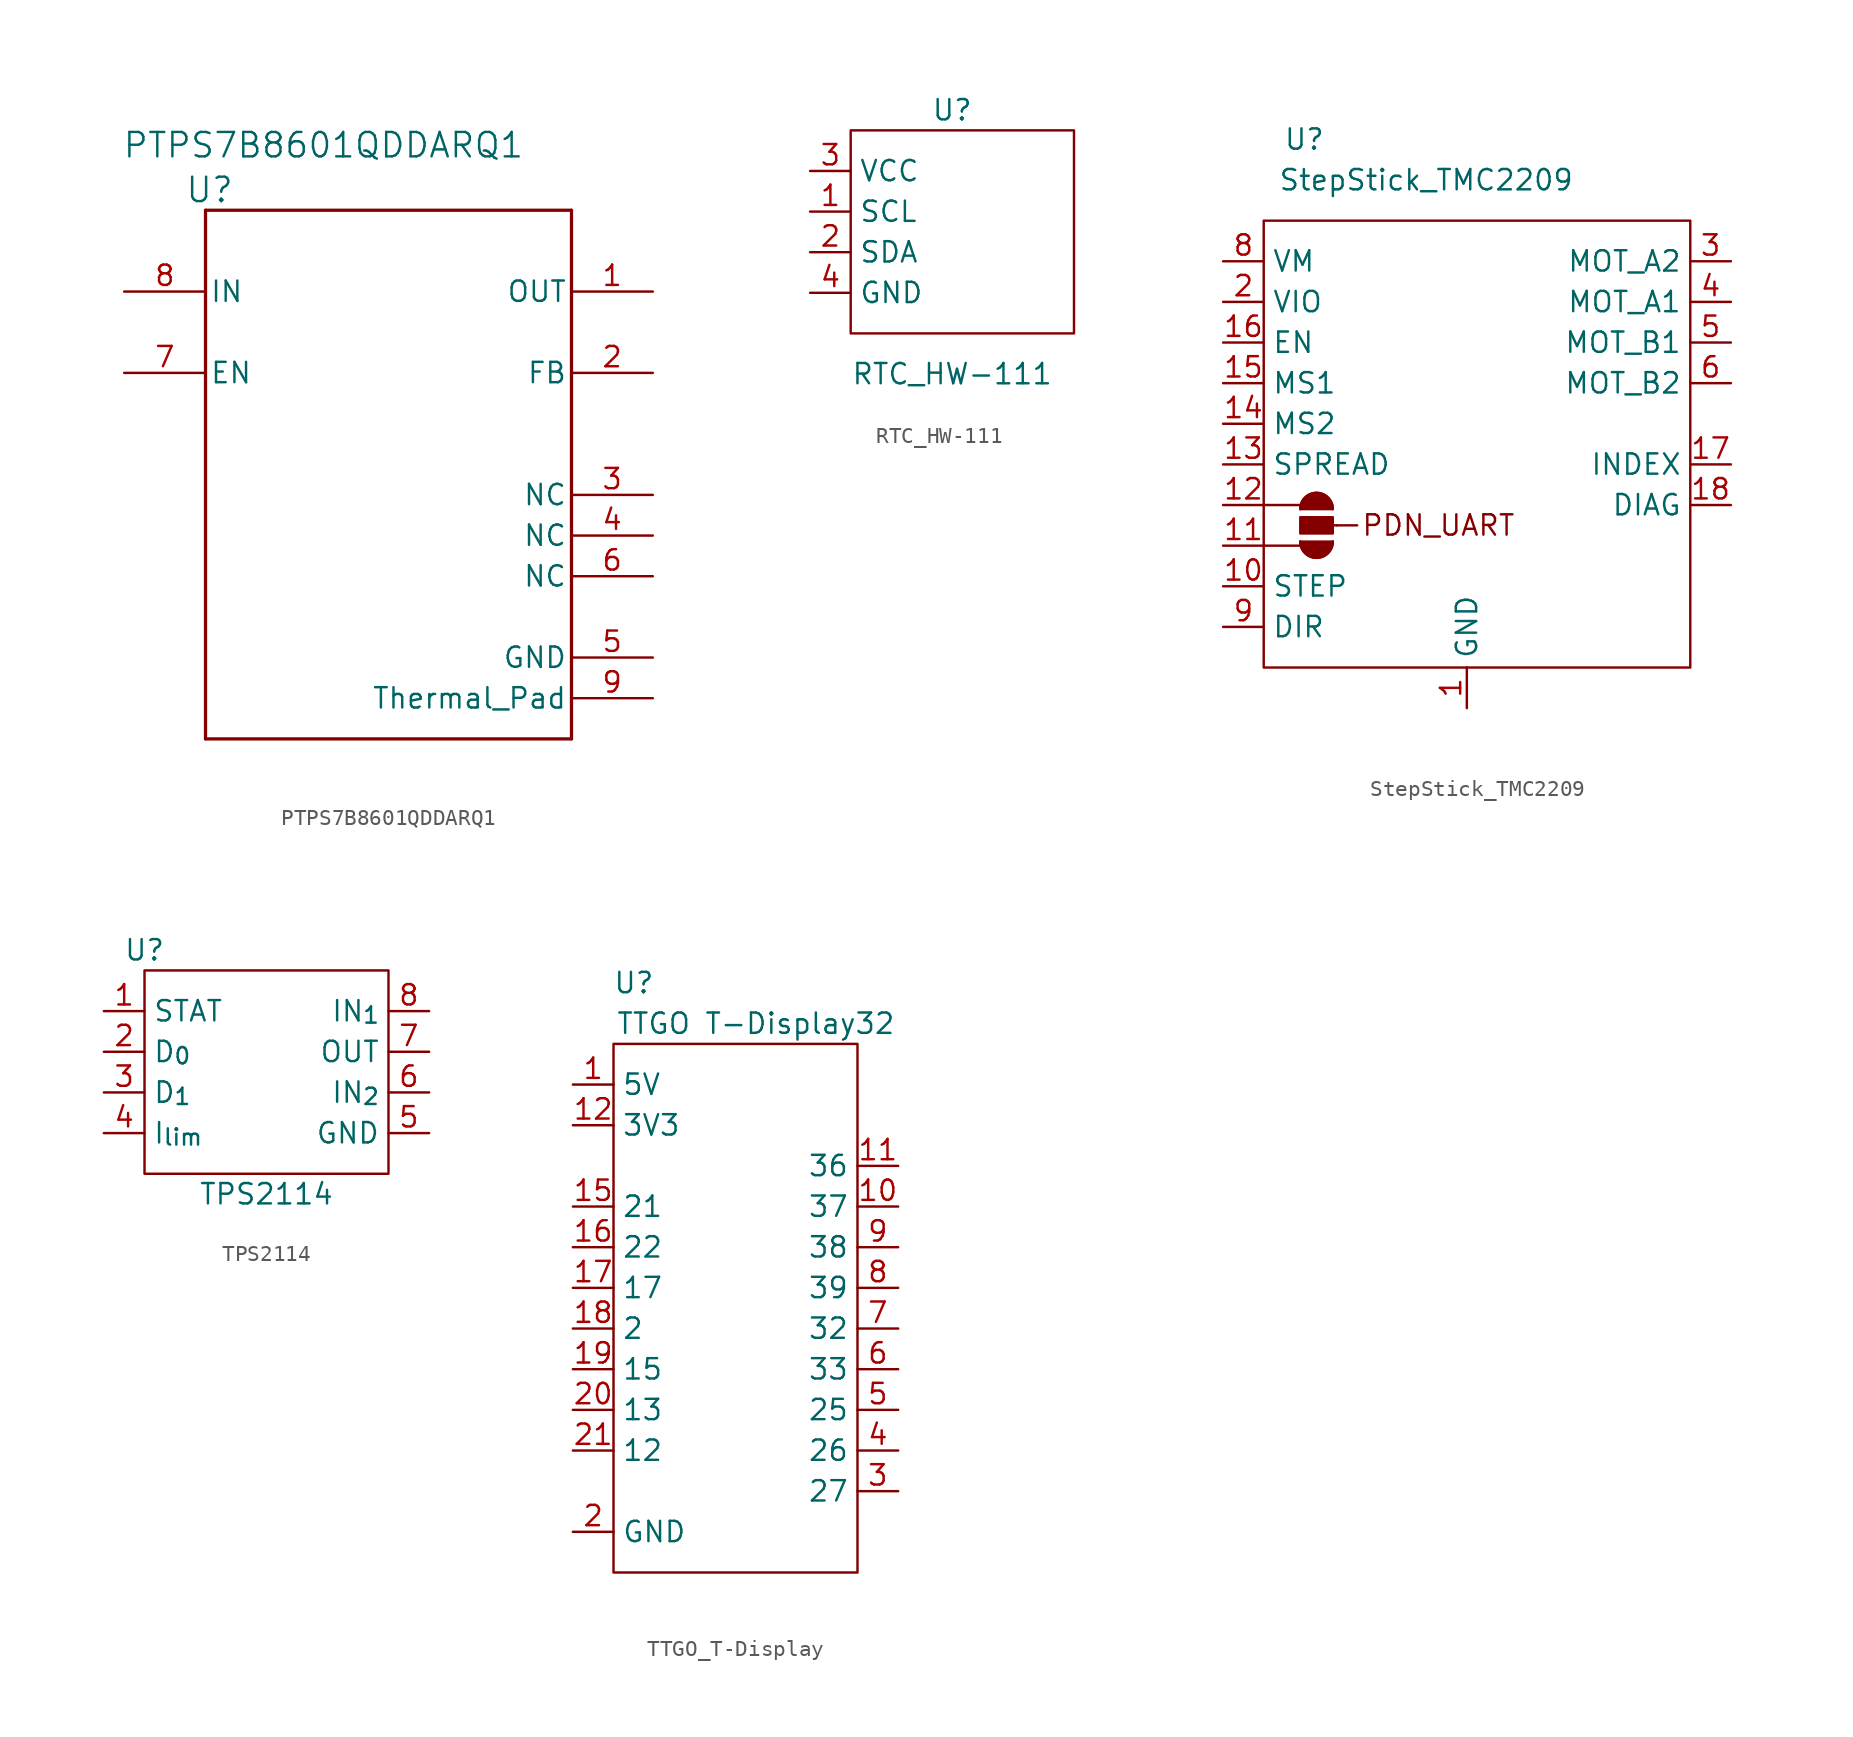
<source format=kicad_sym>
(kicad_symbol_lib
  (version 20220914)
  (generator kicad_symbol_editor)
  (symbol "PTPS7B8601QDDARQ1"
    (pin_names
      (offset 0.254))
    (property "Reference" "U"
      (at 5.334 6.35 0)
      (effects (font (size 1.524 1.524))))
    (property "Value" "PTPS7B8601QDDARQ1"
      (at 12.446 9.144 0)
      (effects (font (size 1.524 1.524))))
    (property "ki_locked" ""
      (at 0 0 0)
      (effects (font (size 1.27 1.27))))
    (symbol "PTPS7B8601QDDARQ1_0_1"
      (polyline (pts (xy 5.08 -27.94) (xy 27.94 -27.94)) (stroke (width 0.203) (type default)) (fill (type none)))
      (polyline (pts (xy 5.08 5.08) (xy 5.08 -27.94)) (stroke (width 0.203) (type default)) (fill (type none)))
      (polyline (pts (xy 27.94 -27.94) (xy 27.94 5.08)) (stroke (width 0.203) (type default)) (fill (type none)))
      (polyline (pts (xy 27.94 5.08) (xy 5.08 5.08)) (stroke (width 0.203) (type default)) (fill (type none)))
      (pin unspecified line (at 33.02 0 180) (length 5.08) (name "OUT" (effects (font (size 1.27 1.27)))) (number "1" (effects (font (size 1.27 1.27)))))
      (pin unspecified line (at 33.02 -5.08 180) (length 5.08) (name "FB" (effects (font (size 1.27 1.27)))) (number "2" (effects (font (size 1.27 1.27)))))
      (pin unspecified line (at 33.02 -12.7 180) (length 5.08) (name "NC" (effects (font (size 1.27 1.27)))) (number "3" (effects (font (size 1.27 1.27)))))
      (pin unspecified line (at 33.02 -15.24 180) (length 5.08) (name "NC" (effects (font (size 1.27 1.27)))) (number "4" (effects (font (size 1.27 1.27)))))
      (pin power_in line (at 33.02 -22.86 180) (length 5.08) (name "GND" (effects (font (size 1.27 1.27)))) (number "5" (effects (font (size 1.27 1.27)))))
      (pin unspecified line (at 33.02 -17.78 180) (length 5.08) (name "NC" (effects (font (size 1.27 1.27)))) (number "6" (effects (font (size 1.27 1.27)))))
      (pin input line (at 0 -5.08 0) (length 5.08) (name "EN" (effects (font (size 1.27 1.27)))) (number "7" (effects (font (size 1.27 1.27)))))
      (pin power_in line (at 0 0 0) (length 5.08) (name "IN" (effects (font (size 1.27 1.27)))) (number "8" (effects (font (size 1.27 1.27)))))
      (pin power_in line (at 33.02 -25.4 180) (length 5.08) (name "Thermal_Pad" (effects (font (size 1.27 1.27)))) (number "9" (effects (font (size 1.27 1.27)))))))
  (symbol "RTC_HW-111"
    (property "Reference" "U"
      (at 2.54 7.62 0)
      (effects (font (size 1.27 1.27))))
    (property "Value" "RTC_HW-111"
      (at 2.54 -8.89 0)
      (effects (font (size 1.27 1.27))))
    (symbol "RTC_HW-111_0_1"
      (rectangle (start -3.81 6.35) (end 10.16 -6.35) (stroke (width 0) (type default)) (fill (type none))))
    (symbol "RTC_HW-111_1_1"
      (pin input line (at -6.35 1.27 0) (length 2.54) (name "SCL" (effects (font (size 1.27 1.27)))) (number "1" (effects (font (size 1.27 1.27)))))
      (pin bidirectional line (at -6.35 -1.27 0) (length 2.54) (name "SDA" (effects (font (size 1.27 1.27)))) (number "2" (effects (font (size 1.27 1.27)))))
      (pin power_in line (at -6.35 3.81 0) (length 2.54) (name "VCC" (effects (font (size 1.27 1.27)))) (number "3" (effects (font (size 1.27 1.27)))))
      (pin power_in line (at -6.35 -3.81 0) (length 2.54) (name "GND" (effects (font (size 1.27 1.27)))) (number "4" (effects (font (size 1.27 1.27)))))))
  (symbol "StepStick_TMC2209"
    (property "Reference" "U"
      (at -10.16 20.32 0)
      (effects (font (size 1.27 1.27))))
    (property "Value" "StepStick_TMC2209"
      (at -2.54 17.78 0)
      (effects (font (size 1.27 1.27))))
    (symbol "StepStick_TMC2209_0_1"
      (rectangle (start -12.7 15.24) (end 13.97 -12.7) (stroke (width 0) (type default)) (fill (type none)))
      (arc (start -10.414 -4.826) (mid -9.398 -5.8376) (end -8.382 -4.826) (stroke (width 0) (type default)) (fill (type none)))
      (arc (start -10.414 -4.826) (mid -9.398 -5.8376) (end -8.382 -4.826) (stroke (width 0) (type default)) (fill (type outline)))
      (rectangle (start -10.414 -4.318) (end -8.382 -3.302) (stroke (width 0) (type default)) (fill (type outline)))
      (arc (start -8.382 -2.794) (mid -9.398 -1.7824) (end -10.414 -2.794) (stroke (width 0) (type default)) (fill (type none)))
      (arc (start -8.382 -2.794) (mid -9.398 -1.7824) (end -10.414 -2.794) (stroke (width 0) (type default)) (fill (type outline)))
      (polyline (pts (xy -12.7 -5.08) (xy -10.414 -5.08)) (stroke (width 0) (type default)) (fill (type none)))
      (polyline (pts (xy -12.7 -2.54) (xy -10.414 -2.54)) (stroke (width 0) (type default)) (fill (type none)))
      (polyline (pts (xy -10.414 -4.826) (xy -8.382 -4.826)) (stroke (width 0) (type default)) (fill (type none)))
      (polyline (pts (xy -10.414 -2.794) (xy -8.382 -2.794)) (stroke (width 0) (type default)) (fill (type none)))
      (polyline (pts (xy -8.128 -3.81) (xy -8.382 -3.81)) (stroke (width 0) (type default)) (fill (type none)))
      (polyline (pts (xy -8.128 -3.81) (xy -6.858 -3.81)) (stroke (width 0) (type default)) (fill (type none))))
    (symbol "StepStick_TMC2209_1_1"
      (text "PDN_UART" (at -1.778 -3.81 0) (effects (font (size 1.27 1.27))))
      (pin power_in line (at 0 -15.24 90) (length 2.54) (name "GND" (effects (font (size 1.27 1.27)))) (number "1" (effects (font (size 1.27 1.27)))))
      (pin input line (at -15.24 -7.62 0) (length 2.54) (name "STEP" (effects (font (size 1.27 1.27)))) (number "10" (effects (font (size 1.27 1.27)))))
      (pin bidirectional line (at -15.24 -5.08 0) (length 2.54) (name "" (effects (font (size 1.27 1.27)))) (number "11" (effects (font (size 1.27 1.27)))))
      (pin bidirectional line (at -15.24 -2.54 0) (length 2.54) (name "" (effects (font (size 1.27 1.27)))) (number "12" (effects (font (size 1.27 1.27)))))
      (pin input line (at -15.24 0 0) (length 2.54) (name "SPREAD" (effects (font (size 1.27 1.27)))) (number "13" (effects (font (size 1.27 1.27)))))
      (pin input line (at -15.24 2.54 0) (length 2.54) (name "MS2" (effects (font (size 1.27 1.27)))) (number "14" (effects (font (size 1.27 1.27)))))
      (pin input line (at -15.24 5.08 0) (length 2.54) (name "MS1" (effects (font (size 1.27 1.27)))) (number "15" (effects (font (size 1.27 1.27)))))
      (pin input line (at -15.24 7.62 0) (length 2.54) (name "EN" (effects (font (size 1.27 1.27)))) (number "16" (effects (font (size 1.27 1.27)))))
      (pin output line (at 16.51 0 180) (length 2.54) (name "INDEX" (effects (font (size 1.27 1.27)))) (number "17" (effects (font (size 1.27 1.27)))))
      (pin output line (at 16.51 -2.54 180) (length 2.54) (name "DIAG" (effects (font (size 1.27 1.27)))) (number "18" (effects (font (size 1.27 1.27)))))
      (pin power_in line (at -15.24 10.16 0) (length 2.54) (name "VIO" (effects (font (size 1.27 1.27)))) (number "2" (effects (font (size 1.27 1.27)))))
      (pin output line (at 16.51 12.7 180) (length 2.54) (name "MOT_A2" (effects (font (size 1.27 1.27)))) (number "3" (effects (font (size 1.27 1.27)))))
      (pin output line (at 16.51 10.16 180) (length 2.54) (name "MOT_A1" (effects (font (size 1.27 1.27)))) (number "4" (effects (font (size 1.27 1.27)))))
      (pin output line (at 16.51 7.62 180) (length 2.54) (name "MOT_B1" (effects (font (size 1.27 1.27)))) (number "5" (effects (font (size 1.27 1.27)))))
      (pin output line (at 16.51 5.08 180) (length 2.54) (name "MOT_B2" (effects (font (size 1.27 1.27)))) (number "6" (effects (font (size 1.27 1.27)))))
      (pin power_in line (at -15.24 12.7 0) (length 2.54) (name "VM" (effects (font (size 1.27 1.27)))) (number "8" (effects (font (size 1.27 1.27)))))
      (pin input line (at -15.24 -10.16 0) (length 2.54) (name "DIR" (effects (font (size 1.27 1.27)))) (number "9" (effects (font (size 1.27 1.27)))))))
  (symbol "TPS2114"
    (property "Reference" "U"
      (at -7.62 8.89 0)
      (effects (font (size 1.27 1.27))))
    (property "Value" "TPS2114"
      (at 0 -6.35 0)
      (effects (font (size 1.27 1.27))))
    (symbol "TPS2114_0_1"
      (rectangle (start -7.62 7.62) (end 7.62 -5.08) (stroke (width 0) (type default)) (fill (type none))))
    (symbol "TPS2114_1_1"
      (pin output line (at -10.16 5.08 0) (length 2.54) (name "STAT" (effects (font (size 1.27 1.27)))) (number "1" (effects (font (size 1.27 1.27)))))
      (pin input line (at -10.16 2.54 0) (length 2.54) (name "D_{0}" (effects (font (size 1.27 1.27)))) (number "2" (effects (font (size 1.27 1.27)))))
      (pin input line (at -10.16 0 0) (length 2.54) (name "D_{1}" (effects (font (size 1.27 1.27)))) (number "3" (effects (font (size 1.27 1.27)))))
      (pin input line (at -10.16 -2.54 0) (length 2.54) (name "I_{lim}" (effects (font (size 1.27 1.27)))) (number "4" (effects (font (size 1.27 1.27)))))
      (pin passive line (at 10.16 -2.54 180) (length 2.54) (name "GND" (effects (font (size 1.27 1.27)))) (number "5" (effects (font (size 1.27 1.27)))))
      (pin input line (at 10.16 0 180) (length 2.54) (name "IN_{2}" (effects (font (size 1.27 1.27)))) (number "6" (effects (font (size 1.27 1.27)))))
      (pin output line (at 10.16 2.54 180) (length 2.54) (name "OUT" (effects (font (size 1.27 1.27)))) (number "7" (effects (font (size 1.27 1.27)))))
      (pin input line (at 10.16 5.08 180) (length 2.54) (name "IN_{1}" (effects (font (size 1.27 1.27)))) (number "8" (effects (font (size 1.27 1.27)))))))
  (symbol "TTGO_T-Display"
    (property "Reference" "U"
      (at -6.35 19.05 0)
      (effects (font (size 1.27 1.27))))
    (property "Value" "TTGO T-Display32"
      (at 1.27 16.51 0)
      (effects (font (size 1.27 1.27))))
    (symbol "TTGO_T-Display_0_1"
      (rectangle (start -7.62 15.24) (end 7.62 -17.78) (stroke (width 0) (type default)) (fill (type none))))
    (symbol "TTGO_T-Display_1_1"
      (pin power_in line (at -10.16 12.7 0) (length 2.54) (name "5V" (effects (font (size 1.27 1.27)))) (number "1" (effects (font (size 1.27 1.27)))))
      (pin bidirectional line (at 10.16 5.08 180) (length 2.54) (name "37" (effects (font (size 1.27 1.27)))) (number "10" (effects (font (size 1.27 1.27)))))
      (pin bidirectional line (at 10.16 7.62 180) (length 2.54) (name "36" (effects (font (size 1.27 1.27)))) (number "11" (effects (font (size 1.27 1.27)))))
      (pin power_in line (at -10.16 10.16 0) (length 2.54) (name "3V3" (effects (font (size 1.27 1.27)))) (number "12" (effects (font (size 1.27 1.27)))))
      (pin unspecified line (at -10.16 -15.24 0) (length 2.54) hide (name "GND" (effects (font (size 1.27 1.27)))) (number "13" (effects (font (size 1.27 1.27)))))
      (pin unspecified line (at -10.16 -15.24 0) (length 2.54) hide (name "GND" (effects (font (size 1.27 1.27)))) (number "14" (effects (font (size 1.27 1.27)))))
      (pin bidirectional line (at -10.16 5.08 0) (length 2.54) (name "21" (effects (font (size 1.27 1.27)))) (number "15" (effects (font (size 1.27 1.27)))))
      (pin bidirectional line (at -10.16 2.54 0) (length 2.54) (name "22" (effects (font (size 1.27 1.27)))) (number "16" (effects (font (size 1.27 1.27)))))
      (pin bidirectional line (at -10.16 0 0) (length 2.54) (name "17" (effects (font (size 1.27 1.27)))) (number "17" (effects (font (size 1.27 1.27)))))
      (pin bidirectional line (at -10.16 -2.54 0) (length 2.54) (name "2" (effects (font (size 1.27 1.27)))) (number "18" (effects (font (size 1.27 1.27)))))
      (pin bidirectional line (at -10.16 -5.08 0) (length 2.54) (name "15" (effects (font (size 1.27 1.27)))) (number "19" (effects (font (size 1.27 1.27)))))
      (pin power_in line (at -10.16 -15.24 0) (length 2.54) (name "GND" (effects (font (size 1.27 1.27)))) (number "2" (effects (font (size 1.27 1.27)))))
      (pin bidirectional line (at -10.16 -7.62 0) (length 2.54) (name "13" (effects (font (size 1.27 1.27)))) (number "20" (effects (font (size 1.27 1.27)))))
      (pin bidirectional line (at -10.16 -10.16 0) (length 2.54) (name "12" (effects (font (size 1.27 1.27)))) (number "21" (effects (font (size 1.27 1.27)))))
      (pin unspecified line (at -10.16 -15.24 0) (length 2.54) hide (name "GND" (effects (font (size 1.27 1.27)))) (number "22" (effects (font (size 1.27 1.27)))))
      (pin unspecified line (at -10.16 -15.24 0) (length 2.54) hide (name "GND" (effects (font (size 1.27 1.27)))) (number "23" (effects (font (size 1.27 1.27)))))
      (pin unspecified line (at -10.16 10.16 0) (length 2.54) hide (name "3V3" (effects (font (size 1.27 1.27)))) (number "24" (effects (font (size 1.27 1.27)))))
      (pin bidirectional line (at 10.16 -12.7 180) (length 2.54) (name "27" (effects (font (size 1.27 1.27)))) (number "3" (effects (font (size 1.27 1.27)))))
      (pin bidirectional line (at 10.16 -10.16 180) (length 2.54) (name "26" (effects (font (size 1.27 1.27)))) (number "4" (effects (font (size 1.27 1.27)))))
      (pin bidirectional line (at 10.16 -7.62 180) (length 2.54) (name "25" (effects (font (size 1.27 1.27)))) (number "5" (effects (font (size 1.27 1.27)))))
      (pin bidirectional line (at 10.16 -5.08 180) (length 2.54) (name "33" (effects (font (size 1.27 1.27)))) (number "6" (effects (font (size 1.27 1.27)))))
      (pin bidirectional line (at 10.16 -2.54 180) (length 2.54) (name "32" (effects (font (size 1.27 1.27)))) (number "7" (effects (font (size 1.27 1.27)))))
      (pin bidirectional line (at 10.16 0 180) (length 2.54) (name "39" (effects (font (size 1.27 1.27)))) (number "8" (effects (font (size 1.27 1.27)))))
      (pin bidirectional line (at 10.16 2.54 180) (length 2.54) (name "38" (effects (font (size 1.27 1.27)))) (number "9" (effects (font (size 1.27 1.27))))))))
</source>
